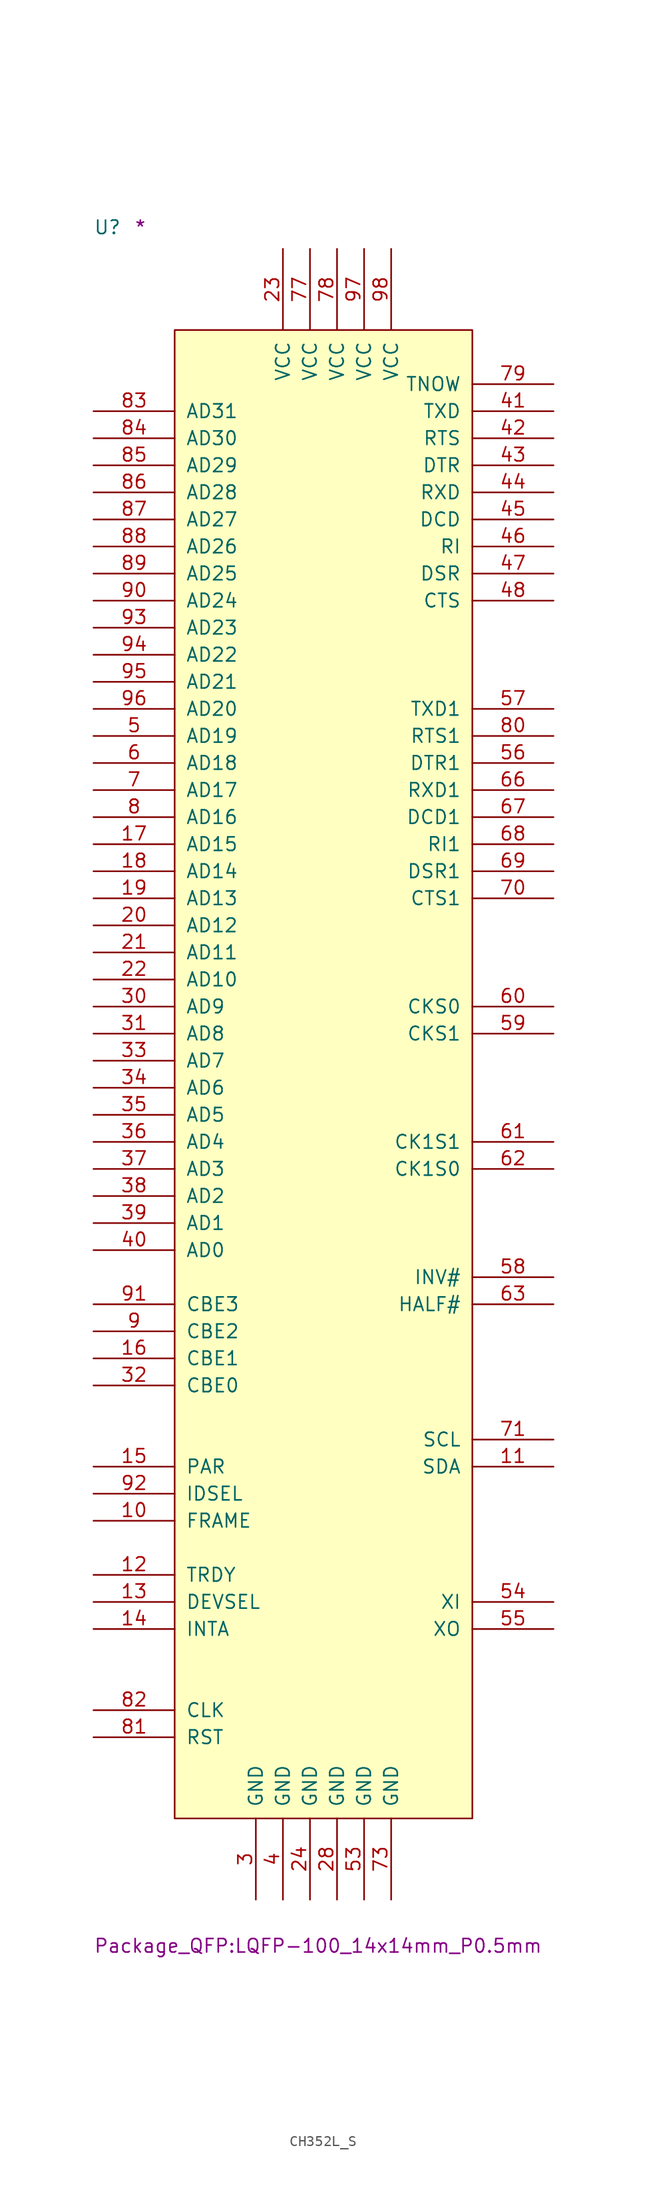
<source format=kicad_sym>
(kicad_symbol_lib
  (version 20211014)
  (generator kicad_symbol_editor)
  (symbol "CH352L_S"
    (pin_names
      (offset 1.016))
    (property "Reference" "U"
      (at -7.62 8.89 0)
      (effects (font (size 1.27 1.27)) (justify left bottom)))
    (property "Footprint" "Package_QFP:LQFP-100_14x14mm_P0.5mm"
      (at -7.62 -152.4 0)
      (effects (font (size 1.27 1.27)) (justify left bottom)))
    (property "Comment" "*"
      (at -3.81 8.89 0)
      (effects (font (size 1.27 1.27)) (justify left bottom)))
    (symbol "CH352L_S_1_1"
      (rectangle (start 0 -139.7) (end 27.94 0) (stroke (width 0) (type default) (color 0 0 0 0)) (fill (type background)))
      (pin input line (at -7.62 -111.76 0) (length 7.62) (name "FRAME" (effects (font (size 1.27 1.27)))) (number "10" (effects (font (size 1.27 1.27)))))
      (pin bidirectional line (at 35.56 -106.68 180) (length 7.62) (name "SDA" (effects (font (size 1.27 1.27)))) (number "11" (effects (font (size 1.27 1.27)))))
      (pin tri_state line (at -7.62 -116.84 0) (length 7.62) (name "TRDY" (effects (font (size 1.27 1.27)))) (number "12" (effects (font (size 1.27 1.27)))))
      (pin tri_state line (at -7.62 -119.38 0) (length 7.62) (name "DEVSEL" (effects (font (size 1.27 1.27)))) (number "13" (effects (font (size 1.27 1.27)))))
      (pin tri_state line (at -7.62 -121.92 0) (length 7.62) (name "INTA" (effects (font (size 1.27 1.27)))) (number "14" (effects (font (size 1.27 1.27)))))
      (pin tri_state line (at -7.62 -106.68 0) (length 7.62) (name "PAR" (effects (font (size 1.27 1.27)))) (number "15" (effects (font (size 1.27 1.27)))))
      (pin input line (at -7.62 -96.52 0) (length 7.62) (name "CBE1" (effects (font (size 1.27 1.27)))) (number "16" (effects (font (size 1.27 1.27)))))
      (pin bidirectional line (at -7.62 -48.26 0) (length 7.62) (name "AD15" (effects (font (size 1.27 1.27)))) (number "17" (effects (font (size 1.27 1.27)))))
      (pin bidirectional line (at -7.62 -50.8 0) (length 7.62) (name "AD14" (effects (font (size 1.27 1.27)))) (number "18" (effects (font (size 1.27 1.27)))))
      (pin bidirectional line (at -7.62 -53.34 0) (length 7.62) (name "AD13" (effects (font (size 1.27 1.27)))) (number "19" (effects (font (size 1.27 1.27)))))
      (pin bidirectional line (at -7.62 -55.88 0) (length 7.62) (name "AD12" (effects (font (size 1.27 1.27)))) (number "20" (effects (font (size 1.27 1.27)))))
      (pin bidirectional line (at -7.62 -58.42 0) (length 7.62) (name "AD11" (effects (font (size 1.27 1.27)))) (number "21" (effects (font (size 1.27 1.27)))))
      (pin bidirectional line (at -7.62 -60.96 0) (length 7.62) (name "AD10" (effects (font (size 1.27 1.27)))) (number "22" (effects (font (size 1.27 1.27)))))
      (pin power_in line (at 10.16 7.62 270) (length 7.62) (name "VCC" (effects (font (size 1.27 1.27)))) (number "23" (effects (font (size 1.27 1.27)))))
      (pin power_in line (at 12.7 -147.32 90) (length 7.62) (name "GND" (effects (font (size 1.27 1.27)))) (number "24" (effects (font (size 1.27 1.27)))))
      (pin power_in line (at 15.24 -147.32 90) (length 7.62) (name "GND" (effects (font (size 1.27 1.27)))) (number "28" (effects (font (size 1.27 1.27)))))
      (pin power_in line (at 7.62 -147.32 90) (length 7.62) (name "GND" (effects (font (size 1.27 1.27)))) (number "3" (effects (font (size 1.27 1.27)))))
      (pin bidirectional line (at -7.62 -63.5 0) (length 7.62) (name "AD9" (effects (font (size 1.27 1.27)))) (number "30" (effects (font (size 1.27 1.27)))))
      (pin bidirectional line (at -7.62 -66.04 0) (length 7.62) (name "AD8" (effects (font (size 1.27 1.27)))) (number "31" (effects (font (size 1.27 1.27)))))
      (pin input line (at -7.62 -99.06 0) (length 7.62) (name "CBE0" (effects (font (size 1.27 1.27)))) (number "32" (effects (font (size 1.27 1.27)))))
      (pin bidirectional line (at -7.62 -68.58 0) (length 7.62) (name "AD7" (effects (font (size 1.27 1.27)))) (number "33" (effects (font (size 1.27 1.27)))))
      (pin bidirectional line (at -7.62 -71.12 0) (length 7.62) (name "AD6" (effects (font (size 1.27 1.27)))) (number "34" (effects (font (size 1.27 1.27)))))
      (pin bidirectional line (at -7.62 -73.66 0) (length 7.62) (name "AD5" (effects (font (size 1.27 1.27)))) (number "35" (effects (font (size 1.27 1.27)))))
      (pin bidirectional line (at -7.62 -76.2 0) (length 7.62) (name "AD4" (effects (font (size 1.27 1.27)))) (number "36" (effects (font (size 1.27 1.27)))))
      (pin bidirectional line (at -7.62 -78.74 0) (length 7.62) (name "AD3" (effects (font (size 1.27 1.27)))) (number "37" (effects (font (size 1.27 1.27)))))
      (pin bidirectional line (at -7.62 -81.28 0) (length 7.62) (name "AD2" (effects (font (size 1.27 1.27)))) (number "38" (effects (font (size 1.27 1.27)))))
      (pin bidirectional line (at -7.62 -83.82 0) (length 7.62) (name "AD1" (effects (font (size 1.27 1.27)))) (number "39" (effects (font (size 1.27 1.27)))))
      (pin power_in line (at 10.16 -147.32 90) (length 7.62) (name "GND" (effects (font (size 1.27 1.27)))) (number "4" (effects (font (size 1.27 1.27)))))
      (pin bidirectional line (at -7.62 -86.36 0) (length 7.62) (name "AD0" (effects (font (size 1.27 1.27)))) (number "40" (effects (font (size 1.27 1.27)))))
      (pin output line (at 35.56 -7.62 180) (length 7.62) (name "TXD" (effects (font (size 1.27 1.27)))) (number "41" (effects (font (size 1.27 1.27)))))
      (pin output line (at 35.56 -10.16 180) (length 7.62) (name "RTS" (effects (font (size 1.27 1.27)))) (number "42" (effects (font (size 1.27 1.27)))))
      (pin output line (at 35.56 -12.7 180) (length 7.62) (name "DTR" (effects (font (size 1.27 1.27)))) (number "43" (effects (font (size 1.27 1.27)))))
      (pin input line (at 35.56 -15.24 180) (length 7.62) (name "RXD" (effects (font (size 1.27 1.27)))) (number "44" (effects (font (size 1.27 1.27)))))
      (pin input line (at 35.56 -17.78 180) (length 7.62) (name "DCD" (effects (font (size 1.27 1.27)))) (number "45" (effects (font (size 1.27 1.27)))))
      (pin input line (at 35.56 -20.32 180) (length 7.62) (name "RI" (effects (font (size 1.27 1.27)))) (number "46" (effects (font (size 1.27 1.27)))))
      (pin input line (at 35.56 -22.86 180) (length 7.62) (name "DSR" (effects (font (size 1.27 1.27)))) (number "47" (effects (font (size 1.27 1.27)))))
      (pin input line (at 35.56 -25.4 180) (length 7.62) (name "CTS" (effects (font (size 1.27 1.27)))) (number "48" (effects (font (size 1.27 1.27)))))
      (pin bidirectional line (at -7.62 -38.1 0) (length 7.62) (name "AD19" (effects (font (size 1.27 1.27)))) (number "5" (effects (font (size 1.27 1.27)))))
      (pin power_in line (at 17.78 -147.32 90) (length 7.62) (name "GND" (effects (font (size 1.27 1.27)))) (number "53" (effects (font (size 1.27 1.27)))))
      (pin input line (at 35.56 -119.38 180) (length 7.62) (name "XI" (effects (font (size 1.27 1.27)))) (number "54" (effects (font (size 1.27 1.27)))))
      (pin output line (at 35.56 -121.92 180) (length 7.62) (name "XO" (effects (font (size 1.27 1.27)))) (number "55" (effects (font (size 1.27 1.27)))))
      (pin output line (at 35.56 -40.64 180) (length 7.62) (name "DTR1" (effects (font (size 1.27 1.27)))) (number "56" (effects (font (size 1.27 1.27)))))
      (pin output line (at 35.56 -35.56 180) (length 7.62) (name "TXD1" (effects (font (size 1.27 1.27)))) (number "57" (effects (font (size 1.27 1.27)))))
      (pin input line (at 35.56 -88.9 180) (length 7.62) (name "INV#" (effects (font (size 1.27 1.27)))) (number "58" (effects (font (size 1.27 1.27)))))
      (pin input line (at 35.56 -66.04 180) (length 7.62) (name "CKS1" (effects (font (size 1.27 1.27)))) (number "59" (effects (font (size 1.27 1.27)))))
      (pin bidirectional line (at -7.62 -40.64 0) (length 7.62) (name "AD18" (effects (font (size 1.27 1.27)))) (number "6" (effects (font (size 1.27 1.27)))))
      (pin input line (at 35.56 -63.5 180) (length 7.62) (name "CKS0" (effects (font (size 1.27 1.27)))) (number "60" (effects (font (size 1.27 1.27)))))
      (pin input line (at 35.56 -76.2 180) (length 7.62) (name "CK1S1" (effects (font (size 1.27 1.27)))) (number "61" (effects (font (size 1.27 1.27)))))
      (pin input line (at 35.56 -78.74 180) (length 7.62) (name "CK1S0" (effects (font (size 1.27 1.27)))) (number "62" (effects (font (size 1.27 1.27)))))
      (pin input line (at 35.56 -91.44 180) (length 7.62) (name "HALF#" (effects (font (size 1.27 1.27)))) (number "63" (effects (font (size 1.27 1.27)))))
      (pin input line (at 35.56 -43.18 180) (length 7.62) (name "RXD1" (effects (font (size 1.27 1.27)))) (number "66" (effects (font (size 1.27 1.27)))))
      (pin input line (at 35.56 -45.72 180) (length 7.62) (name "DCD1" (effects (font (size 1.27 1.27)))) (number "67" (effects (font (size 1.27 1.27)))))
      (pin input line (at 35.56 -48.26 180) (length 7.62) (name "RI1" (effects (font (size 1.27 1.27)))) (number "68" (effects (font (size 1.27 1.27)))))
      (pin input line (at 35.56 -50.8 180) (length 7.62) (name "DSR1" (effects (font (size 1.27 1.27)))) (number "69" (effects (font (size 1.27 1.27)))))
      (pin bidirectional line (at -7.62 -43.18 0) (length 7.62) (name "AD17" (effects (font (size 1.27 1.27)))) (number "7" (effects (font (size 1.27 1.27)))))
      (pin input line (at 35.56 -53.34 180) (length 7.62) (name "CTS1" (effects (font (size 1.27 1.27)))) (number "70" (effects (font (size 1.27 1.27)))))
      (pin bidirectional line (at 35.56 -104.14 180) (length 7.62) (name "SCL" (effects (font (size 1.27 1.27)))) (number "71" (effects (font (size 1.27 1.27)))))
      (pin power_in line (at 20.32 -147.32 90) (length 7.62) (name "GND" (effects (font (size 1.27 1.27)))) (number "73" (effects (font (size 1.27 1.27)))))
      (pin power_in line (at 12.7 7.62 270) (length 7.62) (name "VCC" (effects (font (size 1.27 1.27)))) (number "77" (effects (font (size 1.27 1.27)))))
      (pin power_in line (at 15.24 7.62 270) (length 7.62) (name "VCC" (effects (font (size 1.27 1.27)))) (number "78" (effects (font (size 1.27 1.27)))))
      (pin output line (at 35.56 -5.08 180) (length 7.62) (name "TNOW" (effects (font (size 1.27 1.27)))) (number "79" (effects (font (size 1.27 1.27)))))
      (pin bidirectional line (at -7.62 -45.72 0) (length 7.62) (name "AD16" (effects (font (size 1.27 1.27)))) (number "8" (effects (font (size 1.27 1.27)))))
      (pin output line (at 35.56 -38.1 180) (length 7.62) (name "RTS1" (effects (font (size 1.27 1.27)))) (number "80" (effects (font (size 1.27 1.27)))))
      (pin input line (at -7.62 -132.08 0) (length 7.62) (name "RST" (effects (font (size 1.27 1.27)))) (number "81" (effects (font (size 1.27 1.27)))))
      (pin input line (at -7.62 -129.54 0) (length 7.62) (name "CLK" (effects (font (size 1.27 1.27)))) (number "82" (effects (font (size 1.27 1.27)))))
      (pin bidirectional line (at -7.62 -7.62 0) (length 7.62) (name "AD31" (effects (font (size 1.27 1.27)))) (number "83" (effects (font (size 1.27 1.27)))))
      (pin bidirectional line (at -7.62 -10.16 0) (length 7.62) (name "AD30" (effects (font (size 1.27 1.27)))) (number "84" (effects (font (size 1.27 1.27)))))
      (pin bidirectional line (at -7.62 -12.7 0) (length 7.62) (name "AD29" (effects (font (size 1.27 1.27)))) (number "85" (effects (font (size 1.27 1.27)))))
      (pin bidirectional line (at -7.62 -15.24 0) (length 7.62) (name "AD28" (effects (font (size 1.27 1.27)))) (number "86" (effects (font (size 1.27 1.27)))))
      (pin bidirectional line (at -7.62 -17.78 0) (length 7.62) (name "AD27" (effects (font (size 1.27 1.27)))) (number "87" (effects (font (size 1.27 1.27)))))
      (pin bidirectional line (at -7.62 -20.32 0) (length 7.62) (name "AD26" (effects (font (size 1.27 1.27)))) (number "88" (effects (font (size 1.27 1.27)))))
      (pin bidirectional line (at -7.62 -22.86 0) (length 7.62) (name "AD25" (effects (font (size 1.27 1.27)))) (number "89" (effects (font (size 1.27 1.27)))))
      (pin input line (at -7.62 -93.98 0) (length 7.62) (name "CBE2" (effects (font (size 1.27 1.27)))) (number "9" (effects (font (size 1.27 1.27)))))
      (pin bidirectional line (at -7.62 -25.4 0) (length 7.62) (name "AD24" (effects (font (size 1.27 1.27)))) (number "90" (effects (font (size 1.27 1.27)))))
      (pin input line (at -7.62 -91.44 0) (length 7.62) (name "CBE3" (effects (font (size 1.27 1.27)))) (number "91" (effects (font (size 1.27 1.27)))))
      (pin input line (at -7.62 -109.22 0) (length 7.62) (name "IDSEL" (effects (font (size 1.27 1.27)))) (number "92" (effects (font (size 1.27 1.27)))))
      (pin bidirectional line (at -7.62 -27.94 0) (length 7.62) (name "AD23" (effects (font (size 1.27 1.27)))) (number "93" (effects (font (size 1.27 1.27)))))
      (pin bidirectional line (at -7.62 -30.48 0) (length 7.62) (name "AD22" (effects (font (size 1.27 1.27)))) (number "94" (effects (font (size 1.27 1.27)))))
      (pin bidirectional line (at -7.62 -33.02 0) (length 7.62) (name "AD21" (effects (font (size 1.27 1.27)))) (number "95" (effects (font (size 1.27 1.27)))))
      (pin bidirectional line (at -7.62 -35.56 0) (length 7.62) (name "AD20" (effects (font (size 1.27 1.27)))) (number "96" (effects (font (size 1.27 1.27)))))
      (pin power_in line (at 17.78 7.62 270) (length 7.62) (name "VCC" (effects (font (size 1.27 1.27)))) (number "97" (effects (font (size 1.27 1.27)))))
      (pin power_in line (at 20.32 7.62 270) (length 7.62) (name "VCC" (effects (font (size 1.27 1.27)))) (number "98" (effects (font (size 1.27 1.27))))))))
</source>
